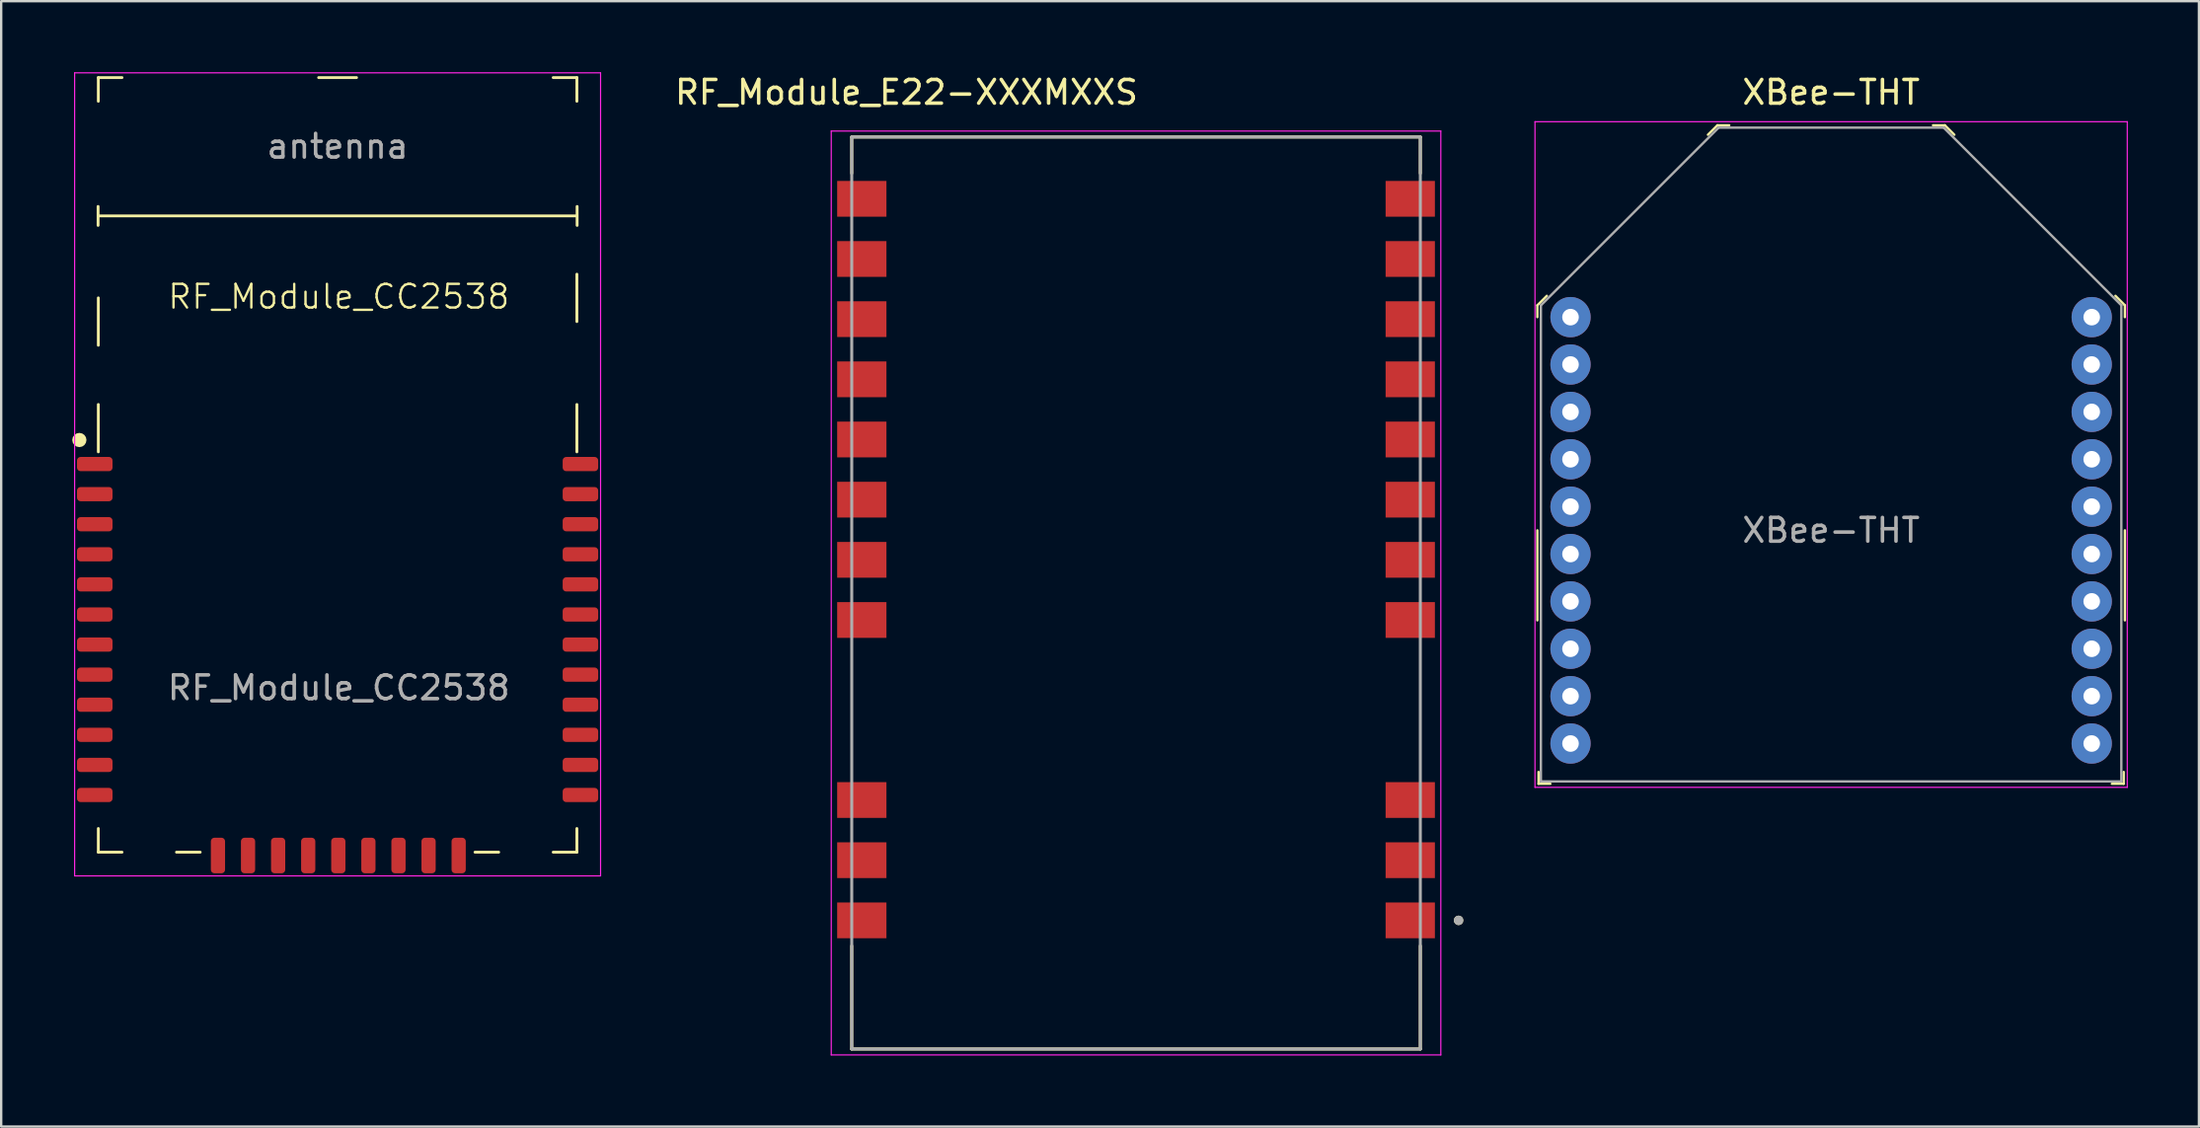
<source format=kicad_pcb>
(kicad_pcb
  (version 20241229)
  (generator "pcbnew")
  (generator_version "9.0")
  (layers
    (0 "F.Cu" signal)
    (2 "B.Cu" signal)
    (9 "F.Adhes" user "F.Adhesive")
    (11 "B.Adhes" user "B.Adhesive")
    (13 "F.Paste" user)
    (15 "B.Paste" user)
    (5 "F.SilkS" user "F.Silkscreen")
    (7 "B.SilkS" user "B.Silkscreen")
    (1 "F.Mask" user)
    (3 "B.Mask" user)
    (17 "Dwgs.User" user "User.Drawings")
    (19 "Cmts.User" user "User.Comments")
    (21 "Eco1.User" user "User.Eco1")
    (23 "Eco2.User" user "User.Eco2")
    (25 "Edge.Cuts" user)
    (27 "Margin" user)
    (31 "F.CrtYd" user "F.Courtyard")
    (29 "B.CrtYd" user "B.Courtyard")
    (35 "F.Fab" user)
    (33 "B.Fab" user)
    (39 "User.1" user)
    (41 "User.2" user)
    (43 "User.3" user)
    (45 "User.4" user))
  (footprint "RF_Module_CC2538"
    (layer "F.Cu")
    (at 11.25 17.095)
    (property "Reference" "RF_Module_CC2538" (at 0 -7.62 0) (unlocked yes) (layer "F.SilkS") (effects (font (size 1 1) (thickness 0.1))))
    (attr smd)
    (fp_line (start -10.16 -10.63) (end -10.16 -11.43) (stroke (width 0.12) (type solid)) (layer "F.SilkS"))
    (fp_line (start -10.15 -16.87) (end -10.15 -15.87) (stroke (width 0.12) (type solid)) (layer "F.SilkS"))
    (fp_line (start -10.15 -16.87) (end -9.15 -16.87) (stroke (width 0.12) (type solid)) (layer "F.SilkS"))
    (fp_line (start -10.15 -11.03) (end 10.05 -11.03) (stroke (width 0.12) (type solid)) (layer "F.SilkS"))
    (fp_line (start -10.15 -7.57) (end -10.15 -5.57) (stroke (width 0.12) (type solid)) (layer "F.SilkS"))
    (fp_line (start -10.15 -1.07) (end -10.15 -3.07) (stroke (width 0.12) (type solid)) (layer "F.SilkS"))
    (fp_line (start -10.15 14.83) (end -10.15 15.83) (stroke (width 0.12) (type solid)) (layer "F.SilkS"))
    (fp_line (start -10.15 15.83) (end -9.15 15.83) (stroke (width 0.12) (type solid)) (layer "F.SilkS"))
    (fp_line (start -5.85 15.83) (end -6.85 15.83) (stroke (width 0.12) (type solid)) (layer "F.SilkS"))
    (fp_line (start -0.85 -16.87) (end 0.75 -16.87) (stroke (width 0.12) (type solid)) (layer "F.SilkS"))
    (fp_line (start 5.75 15.83) (end 6.75 15.83) (stroke (width 0.12) (type solid)) (layer "F.SilkS"))
    (fp_line (start 10.05 -16.87) (end 9.05 -16.87) (stroke (width 0.12) (type solid)) (layer "F.SilkS"))
    (fp_line (start 10.05 -16.87) (end 10.05 -15.87) (stroke (width 0.12) (type solid)) (layer "F.SilkS"))
    (fp_line (start 10.05 -8.57) (end 10.05 -6.57) (stroke (width 0.12) (type solid)) (layer "F.SilkS"))
    (fp_line (start 10.05 -1.07) (end 10.05 -3.07) (stroke (width 0.12) (type solid)) (layer "F.SilkS"))
    (fp_line (start 10.05 15.83) (end 9.05 15.83) (stroke (width 0.12) (type solid)) (layer "F.SilkS"))
    (fp_line (start 10.05 15.83) (end 10.05 14.83) (stroke (width 0.12) (type solid)) (layer "F.SilkS"))
    (fp_line (start 10.06 -10.63) (end 10.06 -11.43) (stroke (width 0.12) (type solid)) (layer "F.SilkS"))
    (fp_circle (center -10.95 -1.57) (end -10.8 -1.57) (stroke (width 0.3) (type solid)) (fill no) (layer "F.SilkS"))
    (fp_line (start -11.15 -17.07) (end 11.05 -17.07) (stroke (width 0.05) (type solid)) (layer "F.CrtYd"))
    (fp_line (start -11.15 16.83) (end -11.15 -17.07) (stroke (width 0.05) (type solid)) (layer "F.CrtYd"))
    (fp_line (start 11.05 -17.07) (end 11.05 16.83) (stroke (width 0.05) (type solid)) (layer "F.CrtYd"))
    (fp_line (start 11.05 16.83) (end -11.15 16.83) (stroke (width 0.05) (type solid)) (layer "F.CrtYd"))
    (fp_text user "${REFERENCE}" (at 0 8.89 0) (unlocked yes) (layer "F.Fab") (effects (font (size 1 1) (thickness 0.15))))
    (fp_text user "antenna" (at -0.05 -13.97 0) (layer "F.Fab") (effects (font (size 1 1) (thickness 0.15))))
    (pad "1" smd roundrect (at -10.3 -0.555 270) (size 0.6 1.5) (layers "F.Cu" "F.Mask" "F.Paste") (roundrect_rratio 0.25))
    (pad "2" smd roundrect (at -10.3 0.715 270) (size 0.6 1.5) (layers "F.Cu" "F.Mask" "F.Paste") (roundrect_rratio 0.25))
    (pad "3" smd roundrect (at -10.3 1.985 270) (size 0.6 1.5) (layers "F.Cu" "F.Mask" "F.Paste") (roundrect_rratio 0.25))
    (pad "4" smd roundrect (at -10.3 3.255 270) (size 0.6 1.5) (layers "F.Cu" "F.Mask" "F.Paste") (roundrect_rratio 0.25))
    (pad "5" smd roundrect (at -10.3 4.525 270) (size 0.6 1.5) (layers "F.Cu" "F.Mask" "F.Paste") (roundrect_rratio 0.25))
    (pad "6" smd roundrect (at -10.3 5.795 270) (size 0.6 1.5) (layers "F.Cu" "F.Mask" "F.Paste") (roundrect_rratio 0.25))
    (pad "7" smd roundrect (at -10.3 7.065 270) (size 0.6 1.5) (layers "F.Cu" "F.Mask" "F.Paste") (roundrect_rratio 0.25))
    (pad "8" smd roundrect (at -10.3 8.335 270) (size 0.6 1.5) (layers "F.Cu" "F.Mask" "F.Paste") (roundrect_rratio 0.25))
    (pad "9" smd roundrect (at -10.3 9.605 270) (size 0.6 1.5) (layers "F.Cu" "F.Mask" "F.Paste") (roundrect_rratio 0.25))
    (pad "10" smd roundrect (at -10.3 10.875 270) (size 0.6 1.5) (layers "F.Cu" "F.Mask" "F.Paste") (roundrect_rratio 0.25))
    (pad "11" smd roundrect (at -10.3 12.145 270) (size 0.6 1.5) (layers "F.Cu" "F.Mask" "F.Paste") (roundrect_rratio 0.25))
    (pad "12" smd roundrect (at -10.3 13.415 270) (size 0.6 1.5) (layers "F.Cu" "F.Mask" "F.Paste") (roundrect_rratio 0.25))
    (pad "13" smd roundrect (at -5.1 15.97) (size 0.6 1.5) (layers "F.Cu" "F.Mask" "F.Paste") (roundrect_rratio 0.25))
    (pad "14" smd roundrect (at -3.83 15.97) (size 0.6 1.5) (layers "F.Cu" "F.Mask" "F.Paste") (roundrect_rratio 0.25))
    (pad "15" smd roundrect (at -2.56 15.97) (size 0.6 1.5) (layers "F.Cu" "F.Mask" "F.Paste") (roundrect_rratio 0.25))
    (pad "16" smd roundrect (at -1.29 15.97) (size 0.6 1.5) (layers "F.Cu" "F.Mask" "F.Paste") (roundrect_rratio 0.25))
    (pad "17" smd roundrect (at -0.02 15.97) (size 0.6 1.5) (layers "F.Cu" "F.Mask" "F.Paste") (roundrect_rratio 0.25))
    (pad "18" smd roundrect (at 1.25 15.97) (size 0.6 1.5) (layers "F.Cu" "F.Mask" "F.Paste") (roundrect_rratio 0.25))
    (pad "19" smd roundrect (at 2.52 15.97) (size 0.6 1.5) (layers "F.Cu" "F.Mask" "F.Paste") (roundrect_rratio 0.25))
    (pad "20" smd roundrect (at 3.79 15.97) (size 0.6 1.5) (layers "F.Cu" "F.Mask" "F.Paste") (roundrect_rratio 0.25))
    (pad "21" smd roundrect (at 5.06 15.97) (size 0.6 1.5) (layers "F.Cu" "F.Mask" "F.Paste") (roundrect_rratio 0.25))
    (pad "22" smd roundrect (at 10.2 13.415 270) (size 0.6 1.5) (layers "F.Cu" "F.Mask" "F.Paste") (roundrect_rratio 0.25))
    (pad "23" smd roundrect (at 10.2 12.145 270) (size 0.6 1.5) (layers "F.Cu" "F.Mask" "F.Paste") (roundrect_rratio 0.25))
    (pad "24" smd roundrect (at 10.2 10.875 270) (size 0.6 1.5) (layers "F.Cu" "F.Mask" "F.Paste") (roundrect_rratio 0.25))
    (pad "25" smd roundrect (at 10.2 9.605 270) (size 0.6 1.5) (layers "F.Cu" "F.Mask" "F.Paste") (roundrect_rratio 0.25))
    (pad "26" smd roundrect (at 10.2 8.335 270) (size 0.6 1.5) (layers "F.Cu" "F.Mask" "F.Paste") (roundrect_rratio 0.25))
    (pad "27" smd roundrect (at 10.2 7.065 270) (size 0.6 1.5) (layers "F.Cu" "F.Mask" "F.Paste") (roundrect_rratio 0.25))
    (pad "28" smd roundrect (at 10.2 5.795 270) (size 0.6 1.5) (layers "F.Cu" "F.Mask" "F.Paste") (roundrect_rratio 0.25))
    (pad "29" smd roundrect (at 10.2 4.525 270) (size 0.6 1.5) (layers "F.Cu" "F.Mask" "F.Paste") (roundrect_rratio 0.25))
    (pad "30" smd roundrect (at 10.2 3.255 270) (size 0.6 1.5) (layers "F.Cu" "F.Mask" "F.Paste") (roundrect_rratio 0.25))
    (pad "31" smd roundrect (at 10.2 1.985 270) (size 0.6 1.5) (layers "F.Cu" "F.Mask" "F.Paste") (roundrect_rratio 0.25))
    (pad "32" smd roundrect (at 10.2 0.715 270) (size 0.6 1.5) (layers "F.Cu" "F.Mask" "F.Paste") (roundrect_rratio 0.25))
    (pad "33" smd roundrect (at 10.2 -0.555 270) (size 0.6 1.5) (layers "F.Cu" "F.Mask" "F.Paste") (roundrect_rratio 0.25)))
  (footprint "RF_Module_E22-XXXMXXS"
    (layer "F.Cu")
    (at 44.902 21.983)
    (property "Reference" "RF_Module_E22-XXXMXXS" (at -9.69 -21.135 0) (layer "F.SilkS") (effects (font (size 1 1) (thickness 0.15))))
    (attr smd)
    (fp_line (start -12 -19.25) (end 12 -19.25) (stroke (width 0.127) (type solid)) (layer "F.SilkS"))
    (fp_line (start -12 -17.715) (end -12 -19.25) (stroke (width 0.127) (type solid)) (layer "F.SilkS"))
    (fp_line (start -12 19.25) (end -12 14.895) (stroke (width 0.127) (type solid)) (layer "F.SilkS"))
    (fp_line (start 12 -19.25) (end 12 -17.715) (stroke (width 0.127) (type solid)) (layer "F.SilkS"))
    (fp_line (start 12 19.25) (end -12 19.25) (stroke (width 0.127) (type solid)) (layer "F.SilkS"))
    (fp_line (start 12 19.25) (end 12 14.895) (stroke (width 0.127) (type solid)) (layer "F.SilkS"))
    (fp_circle (center 13.615 13.82) (end 13.715 13.82) (stroke (width 0.2) (type solid)) (fill no) (layer "F.SilkS"))
    (fp_line (start -12.865 -19.5) (end -12.865 19.5) (stroke (width 0.05) (type solid)) (layer "F.CrtYd"))
    (fp_line (start -12.865 19.5) (end 12.865 19.5) (stroke (width 0.05) (type solid)) (layer "F.CrtYd"))
    (fp_line (start 12.865 -19.5) (end -12.865 -19.5) (stroke (width 0.05) (type solid)) (layer "F.CrtYd"))
    (fp_line (start 12.865 19.5) (end 12.865 -19.5) (stroke (width 0.05) (type solid)) (layer "F.CrtYd"))
    (fp_line (start -12 -19.25) (end 12 -19.25) (stroke (width 0.127) (type solid)) (layer "F.Fab"))
    (fp_line (start -12 19.25) (end -12 -19.25) (stroke (width 0.127) (type solid)) (layer "F.Fab"))
    (fp_line (start 12 -19.25) (end 12 19.25) (stroke (width 0.127) (type solid)) (layer "F.Fab"))
    (fp_line (start 12 19.25) (end -12 19.25) (stroke (width 0.127) (type solid)) (layer "F.Fab"))
    (fp_circle (center 13.615 13.82) (end 13.715 13.82) (stroke (width 0.2) (type solid)) (fill no) (layer "F.Fab"))
    (pad "1" smd rect (at 11.575 13.82) (size 2.08 1.51) (layers "F.Cu" "F.Mask" "F.Paste"))
    (pad "2" smd rect (at 11.575 11.28) (size 2.08 1.51) (layers "F.Cu" "F.Mask" "F.Paste"))
    (pad "3" smd rect (at 11.575 8.74) (size 2.08 1.51) (layers "F.Cu" "F.Mask" "F.Paste"))
    (pad "4" smd rect (at 11.575 1.14) (size 2.08 1.51) (layers "F.Cu" "F.Mask" "F.Paste"))
    (pad "5" smd rect (at 11.575 -1.4) (size 2.08 1.51) (layers "F.Cu" "F.Mask" "F.Paste"))
    (pad "6" smd rect (at 11.575 -3.94) (size 2.08 1.51) (layers "F.Cu" "F.Mask" "F.Paste"))
    (pad "7" smd rect (at 11.575 -6.48) (size 2.08 1.51) (layers "F.Cu" "F.Mask" "F.Paste"))
    (pad "8" smd rect (at 11.575 -9.02) (size 2.08 1.51) (layers "F.Cu" "F.Mask" "F.Paste"))
    (pad "9" smd rect (at 11.575 -11.56) (size 2.08 1.51) (layers "F.Cu" "F.Mask" "F.Paste"))
    (pad "10" smd rect (at 11.575 -14.1) (size 2.08 1.51) (layers "F.Cu" "F.Mask" "F.Paste"))
    (pad "11" smd rect (at 11.575 -16.64) (size 2.08 1.51) (layers "F.Cu" "F.Mask" "F.Paste"))
    (pad "12" smd rect (at -11.575 -16.64) (size 2.08 1.51) (layers "F.Cu" "F.Mask" "F.Paste"))
    (pad "13" smd rect (at -11.575 -14.1) (size 2.08 1.51) (layers "F.Cu" "F.Mask" "F.Paste"))
    (pad "14" smd rect (at -11.575 -11.56) (size 2.08 1.51) (layers "F.Cu" "F.Mask" "F.Paste"))
    (pad "15" smd rect (at -11.575 -9.02) (size 2.08 1.51) (layers "F.Cu" "F.Mask" "F.Paste"))
    (pad "16" smd rect (at -11.575 -6.48) (size 2.08 1.51) (layers "F.Cu" "F.Mask" "F.Paste"))
    (pad "17" smd rect (at -11.575 -3.94) (size 2.08 1.51) (layers "F.Cu" "F.Mask" "F.Paste"))
    (pad "18" smd rect (at -11.575 -1.4) (size 2.08 1.51) (layers "F.Cu" "F.Mask" "F.Paste"))
    (pad "19" smd rect (at -11.575 1.14) (size 2.08 1.51) (layers "F.Cu" "F.Mask" "F.Paste"))
    (pad "20" smd rect (at -11.575 8.74) (size 2.08 1.51) (layers "F.Cu" "F.Mask" "F.Paste"))
    (pad "21" smd rect (at -11.575 11.28) (size 2.08 1.51) (layers "F.Cu" "F.Mask" "F.Paste"))
    (pad "22" smd rect (at -11.575 13.82) (size 2.08 1.51) (layers "F.Cu" "F.Mask" "F.Paste")))
  (footprint "XBee-THT"
    (layer "F.Cu")
    (at 74.242 19.338)
    (property "Reference" "XBee-THT" (at 0 -18.49 0) (layer "F.SilkS") (effects (font (size 1 1) (thickness 0.15))))
    (attr through_hole)
    (fp_line (start -12.4 -9.5) (end -12.4 -9) (stroke (width 0.1) (type solid)) (layer "F.SilkS"))
    (fp_line (start -12.4 -9.5) (end -12 -9.9) (stroke (width 0.1) (type solid)) (layer "F.SilkS"))
    (fp_line (start -12.4 0) (end -12.4 3.8) (stroke (width 0.1) (type solid)) (layer "F.SilkS"))
    (fp_line (start -12.35 10.7) (end -12.35 10.2) (stroke (width 0.1) (type solid)) (layer "F.SilkS"))
    (fp_line (start -12.35 10.7) (end -11.85 10.7) (stroke (width 0.1) (type solid)) (layer "F.SilkS"))
    (fp_line (start -4.8 -17.1) (end -5.2 -16.7) (stroke (width 0.1) (type solid)) (layer "F.SilkS"))
    (fp_line (start -4.8 -17.1) (end -4.3 -17.1) (stroke (width 0.1) (type solid)) (layer "F.SilkS"))
    (fp_line (start 4.8 -17.1) (end 4.3 -17.1) (stroke (width 0.1) (type solid)) (layer "F.SilkS"))
    (fp_line (start 4.8 -17.1) (end 5.2 -16.7) (stroke (width 0.1) (type solid)) (layer "F.SilkS"))
    (fp_line (start 12.35 10.7) (end 11.85 10.7) (stroke (width 0.1) (type solid)) (layer "F.SilkS"))
    (fp_line (start 12.35 10.7) (end 12.35 10.2) (stroke (width 0.1) (type solid)) (layer "F.SilkS"))
    (fp_line (start 12.4 -9.5) (end 12 -9.9) (stroke (width 0.1) (type solid)) (layer "F.SilkS"))
    (fp_line (start 12.4 -9.5) (end 12.4 -9) (stroke (width 0.1) (type solid)) (layer "F.SilkS"))
    (fp_line (start 12.4 0) (end 12.4 3.8) (stroke (width 0.1) (type solid)) (layer "F.SilkS"))
    (fp_line (start -12.5 -17.25) (end -12.5 10.85) (stroke (width 0.05) (type solid)) (layer "F.CrtYd"))
    (fp_line (start -12.5 -17.25) (end 12.5 -17.25) (stroke (width 0.05) (type solid)) (layer "F.CrtYd"))
    (fp_line (start -12.5 10.85) (end 12.5 10.85) (stroke (width 0.05) (type solid)) (layer "F.CrtYd"))
    (fp_line (start 12.5 -17.25) (end 12.5 10.85) (stroke (width 0.05) (type solid)) (layer "F.CrtYd"))
    (fp_line (start -12.25 -9.5) (end -12.25 10.6) (stroke (width 0.1) (type solid)) (layer "F.Fab"))
    (fp_line (start -12.25 -9.5) (end -4.75 -17) (stroke (width 0.1) (type solid)) (layer "F.Fab"))
    (fp_line (start -12.25 10.6) (end 12.25 10.6) (stroke (width 0.1) (type solid)) (layer "F.Fab"))
    (fp_line (start -4.75 -17) (end 4.75 -17) (stroke (width 0.1) (type solid)) (layer "F.Fab"))
    (fp_line (start 4.75 -17) (end 12.25 -9.5) (stroke (width 0.1) (type solid)) (layer "F.Fab"))
    (fp_line (start 12.25 -9.5) (end 12.25 10.6) (stroke (width 0.1) (type solid)) (layer "F.Fab"))
    (fp_text user "${REFERENCE}" (at 0 0 0) (layer "F.Fab") (effects (font (size 1 1) (thickness 0.15))))
    (pad "1" thru_hole circle (at -11 -9) (size 1.7 1.7) (drill 0.7) (layers "*.Cu" "*.Mask"))
    (pad "2" thru_hole circle (at -11 -7) (size 1.7 1.7) (drill 0.7) (layers "*.Cu" "*.Mask"))
    (pad "3" thru_hole circle (at -11 -5) (size 1.7 1.7) (drill 0.7) (layers "*.Cu" "*.Mask"))
    (pad "4" thru_hole circle (at -11 -3) (size 1.7 1.7) (drill 0.7) (layers "*.Cu" "*.Mask"))
    (pad "5" thru_hole circle (at -11 -1) (size 1.7 1.7) (drill 0.7) (layers "*.Cu" "*.Mask"))
    (pad "6" thru_hole circle (at -11 1) (size 1.7 1.7) (drill 0.7) (layers "*.Cu" "*.Mask"))
    (pad "7" thru_hole circle (at -11 3) (size 1.7 1.7) (drill 0.7) (layers "*.Cu" "*.Mask"))
    (pad "8" thru_hole circle (at -11 5) (size 1.7 1.7) (drill 0.7) (layers "*.Cu" "*.Mask"))
    (pad "9" thru_hole circle (at -11 7) (size 1.7 1.7) (drill 0.7) (layers "*.Cu" "*.Mask"))
    (pad "10" thru_hole circle (at -11 9) (size 1.7 1.7) (drill 0.7) (layers "*.Cu" "*.Mask"))
    (pad "11" thru_hole circle (at 11 9) (size 1.7 1.7) (drill 0.7) (layers "*.Cu" "*.Mask"))
    (pad "12" thru_hole circle (at 11 7) (size 1.7 1.7) (drill 0.7) (layers "*.Cu" "*.Mask"))
    (pad "13" thru_hole circle (at 11 5) (size 1.7 1.7) (drill 0.7) (layers "*.Cu" "*.Mask"))
    (pad "14" thru_hole circle (at 11 3) (size 1.7 1.7) (drill 0.7) (layers "*.Cu" "*.Mask"))
    (pad "15" thru_hole circle (at 11 1) (size 1.7 1.7) (drill 0.7) (layers "*.Cu" "*.Mask"))
    (pad "16" thru_hole circle (at 11 -1) (size 1.7 1.7) (drill 0.7) (layers "*.Cu" "*.Mask"))
    (pad "17" thru_hole circle (at 11 -3) (size 1.7 1.7) (drill 0.7) (layers "*.Cu" "*.Mask"))
    (pad "18" thru_hole circle (at 11 -5) (size 1.7 1.7) (drill 0.7) (layers "*.Cu" "*.Mask"))
    (pad "19" thru_hole circle (at 11 -7) (size 1.7 1.7) (drill 0.7) (layers "*.Cu" "*.Mask"))
    (pad "20" thru_hole circle (at 11 -9) (size 1.7 1.7) (drill 0.7) (layers "*.Cu" "*.Mask")))
  (gr_rect
    (start -3 -3)
    (end 89.767 44.508)
    (stroke (width 0.1) (type default))
    (fill no)
    (layer "Edge.Cuts")))
</source>
